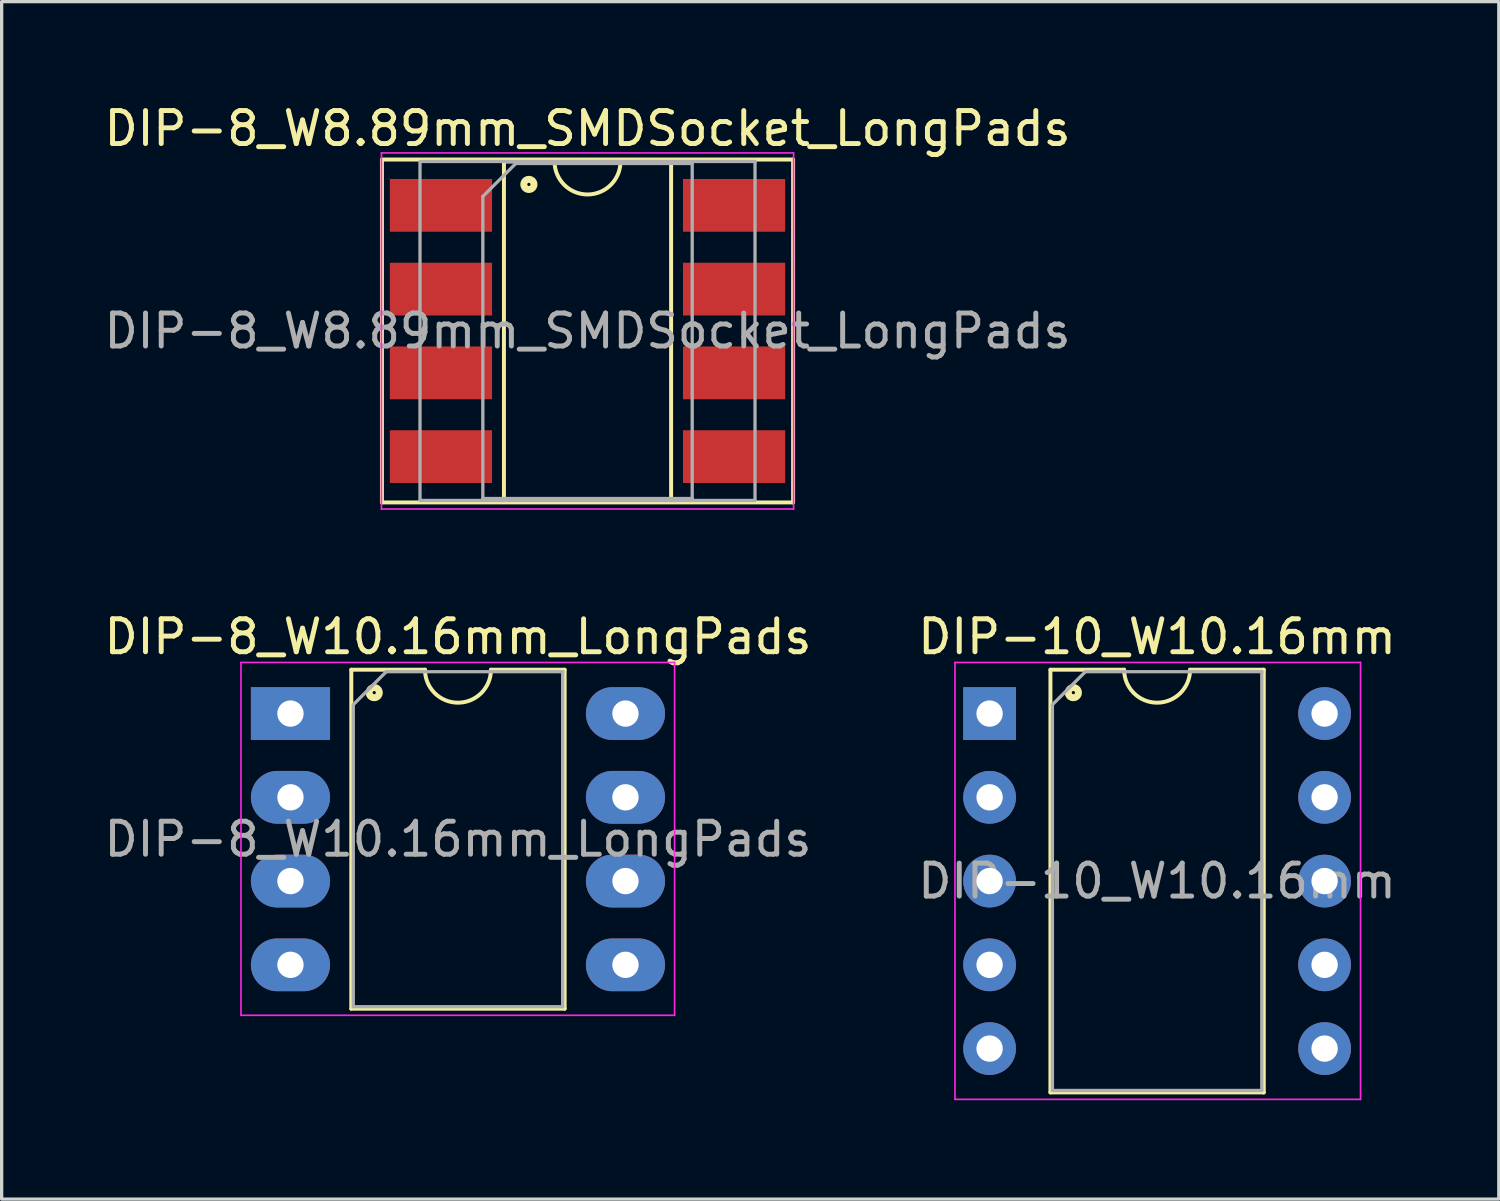
<source format=kicad_pcb>
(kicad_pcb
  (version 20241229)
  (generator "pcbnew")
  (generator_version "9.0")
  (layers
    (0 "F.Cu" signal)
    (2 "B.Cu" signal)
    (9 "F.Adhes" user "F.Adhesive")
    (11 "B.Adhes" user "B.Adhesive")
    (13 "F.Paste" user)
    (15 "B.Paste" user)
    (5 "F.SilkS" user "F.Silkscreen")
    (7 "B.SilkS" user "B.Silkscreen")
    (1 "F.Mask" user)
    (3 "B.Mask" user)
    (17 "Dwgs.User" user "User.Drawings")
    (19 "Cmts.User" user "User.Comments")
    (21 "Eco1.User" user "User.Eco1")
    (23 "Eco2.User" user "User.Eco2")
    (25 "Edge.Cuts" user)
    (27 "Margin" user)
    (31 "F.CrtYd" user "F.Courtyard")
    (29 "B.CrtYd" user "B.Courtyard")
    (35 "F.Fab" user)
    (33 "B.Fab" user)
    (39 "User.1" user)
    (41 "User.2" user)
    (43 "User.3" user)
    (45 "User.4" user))
  (footprint "DIP-8_W10.16mm_LongPads"
    (layer "F.Cu")
    (at 5.759 18.591)
    (property "Reference" "DIP-8_W10.16mm_LongPads" (at 5.08 -2.33 0) (layer "F.SilkS") (effects (font (size 1 1) (thickness 0.15))))
    (attr through_hole)
    (fp_line (start 1.845 -1.33) (end 1.845 8.95) (stroke (width 0.12) (type solid)) (layer "F.SilkS"))
    (fp_line (start 1.845 8.95) (end 8.315 8.95) (stroke (width 0.12) (type solid)) (layer "F.SilkS"))
    (fp_line (start 4.08 -1.33) (end 1.845 -1.33) (stroke (width 0.12) (type solid)) (layer "F.SilkS"))
    (fp_line (start 8.315 -1.33) (end 6.08 -1.33) (stroke (width 0.12) (type solid)) (layer "F.SilkS"))
    (fp_line (start 8.315 8.95) (end 8.315 -1.33) (stroke (width 0.12) (type solid)) (layer "F.SilkS"))
    (fp_arc (start 6.08 -1.33) (mid 5.08 -0.33) (end 4.08 -1.33) (stroke (width 0.12) (type solid)) (layer "F.SilkS"))
    (fp_circle (center 2.54 -0.635) (end 2.59 -0.635) (stroke (width 0.12) (type solid)) (fill no) (layer "F.SilkS"))
    (fp_circle (center 2.54 -0.635) (end 2.665 -0.635) (stroke (width 0.12) (type solid)) (fill no) (layer "F.SilkS"))
    (fp_circle (center 2.54 -0.635) (end 2.74 -0.635) (stroke (width 0.12) (type solid)) (fill no) (layer "F.SilkS"))
    (fp_line (start -1.5 -1.55) (end -1.5 9.15) (stroke (width 0.05) (type solid)) (layer "F.CrtYd"))
    (fp_line (start -1.5 9.15) (end 11.65 9.15) (stroke (width 0.05) (type solid)) (layer "F.CrtYd"))
    (fp_line (start 11.65 -1.55) (end -1.5 -1.55) (stroke (width 0.05) (type solid)) (layer "F.CrtYd"))
    (fp_line (start 11.65 9.15) (end 11.65 -1.55) (stroke (width 0.05) (type solid)) (layer "F.CrtYd"))
    (fp_line (start 1.905 -0.27) (end 2.905 -1.27) (stroke (width 0.1) (type solid)) (layer "F.Fab"))
    (fp_line (start 1.905 8.89) (end 1.905 -0.27) (stroke (width 0.1) (type solid)) (layer "F.Fab"))
    (fp_line (start 2.905 -1.27) (end 8.255 -1.27) (stroke (width 0.1) (type solid)) (layer "F.Fab"))
    (fp_line (start 8.255 -1.27) (end 8.255 8.89) (stroke (width 0.1) (type solid)) (layer "F.Fab"))
    (fp_line (start 8.255 8.89) (end 1.905 8.89) (stroke (width 0.1) (type solid)) (layer "F.Fab"))
    (fp_text user "${REFERENCE}" (at 5.08 3.81 0) (layer "F.Fab") (effects (font (size 1 1) (thickness 0.15))))
    (pad "1" thru_hole rect (at 0 0) (size 2.4 1.6) (drill 0.8) (layers "*.Cu" "*.Mask"))
    (pad "2" thru_hole oval (at 0 2.54) (size 2.4 1.6) (drill 0.8) (layers "*.Cu" "*.Mask"))
    (pad "3" thru_hole oval (at 0 5.08) (size 2.4 1.6) (drill 0.8) (layers "*.Cu" "*.Mask"))
    (pad "4" thru_hole oval (at 0 7.62) (size 2.4 1.6) (drill 0.8) (layers "*.Cu" "*.Mask"))
    (pad "5" thru_hole oval (at 10.16 7.62) (size 2.4 1.6) (drill 0.8) (layers "*.Cu" "*.Mask"))
    (pad "6" thru_hole oval (at 10.16 5.08) (size 2.4 1.6) (drill 0.8) (layers "*.Cu" "*.Mask"))
    (pad "7" thru_hole oval (at 10.16 2.54) (size 2.4 1.6) (drill 0.8) (layers "*.Cu" "*.Mask"))
    (pad "8" thru_hole oval (at 10.16 0) (size 2.4 1.6) (drill 0.8) (layers "*.Cu" "*.Mask")))
  (footprint "DIP-8_W8.89mm_SMDSocket_LongPads"
    (layer "F.Cu")
    (at 14.768 6.988)
    (property "Reference" "DIP-8_W8.89mm_SMDSocket_LongPads" (at 0 -6.14 0) (layer "F.SilkS") (effects (font (size 1 1) (thickness 0.15))))
    (attr smd)
    (fp_line (start -6.235 -5.2) (end -6.235 5.2) (stroke (width 0.12) (type solid)) (layer "F.SilkS"))
    (fp_line (start -6.235 5.2) (end 6.235 5.2) (stroke (width 0.12) (type solid)) (layer "F.SilkS"))
    (fp_line (start -2.535 -5.14) (end -2.535 5.14) (stroke (width 0.12) (type solid)) (layer "F.SilkS"))
    (fp_line (start -2.535 5.14) (end 2.535 5.14) (stroke (width 0.12) (type solid)) (layer "F.SilkS"))
    (fp_line (start -1 -5.14) (end -2.535 -5.14) (stroke (width 0.12) (type solid)) (layer "F.SilkS"))
    (fp_line (start 2.535 -5.14) (end 1 -5.14) (stroke (width 0.12) (type solid)) (layer "F.SilkS"))
    (fp_line (start 2.535 5.14) (end 2.535 -5.14) (stroke (width 0.12) (type solid)) (layer "F.SilkS"))
    (fp_line (start 6.235 -5.2) (end -6.235 -5.2) (stroke (width 0.12) (type solid)) (layer "F.SilkS"))
    (fp_line (start 6.235 5.2) (end 6.235 -5.2) (stroke (width 0.12) (type solid)) (layer "F.SilkS"))
    (fp_arc (start 1 -5.14) (mid 0 -4.14) (end -1 -5.14) (stroke (width 0.12) (type solid)) (layer "F.SilkS"))
    (fp_circle (center -1.778 -4.445) (end -1.728 -4.445) (stroke (width 0.12) (type solid)) (fill no) (layer "F.SilkS"))
    (fp_circle (center -1.778 -4.445) (end -1.653 -4.445) (stroke (width 0.12) (type solid)) (fill no) (layer "F.SilkS"))
    (fp_circle (center -1.778 -4.445) (end -1.578 -4.445) (stroke (width 0.12) (type solid)) (fill no) (layer "F.SilkS"))
    (fp_line (start -6.25 -5.4) (end -6.25 5.4) (stroke (width 0.05) (type solid)) (layer "F.CrtYd"))
    (fp_line (start -6.25 5.4) (end 6.25 5.4) (stroke (width 0.05) (type solid)) (layer "F.CrtYd"))
    (fp_line (start 6.25 -5.4) (end -6.25 -5.4) (stroke (width 0.05) (type solid)) (layer "F.CrtYd"))
    (fp_line (start 6.25 5.4) (end 6.25 -5.4) (stroke (width 0.05) (type solid)) (layer "F.CrtYd"))
    (fp_line (start -5.08 -5.14) (end -5.08 5.14) (stroke (width 0.1) (type solid)) (layer "F.Fab"))
    (fp_line (start -5.08 5.14) (end 5.08 5.14) (stroke (width 0.1) (type solid)) (layer "F.Fab"))
    (fp_line (start -3.175 -4.08) (end -2.175 -5.08) (stroke (width 0.1) (type solid)) (layer "F.Fab"))
    (fp_line (start -3.175 5.08) (end -3.175 -4.08) (stroke (width 0.1) (type solid)) (layer "F.Fab"))
    (fp_line (start -2.175 -5.08) (end 3.175 -5.08) (stroke (width 0.1) (type solid)) (layer "F.Fab"))
    (fp_line (start 3.175 -5.08) (end 3.175 5.08) (stroke (width 0.1) (type solid)) (layer "F.Fab"))
    (fp_line (start 3.175 5.08) (end -3.175 5.08) (stroke (width 0.1) (type solid)) (layer "F.Fab"))
    (fp_line (start 5.08 -5.14) (end -5.08 -5.14) (stroke (width 0.1) (type solid)) (layer "F.Fab"))
    (fp_line (start 5.08 5.14) (end 5.08 -5.14) (stroke (width 0.1) (type solid)) (layer "F.Fab"))
    (fp_text user "${REFERENCE}" (at 0 0 0) (layer "F.Fab") (effects (font (size 1 1) (thickness 0.15))))
    (pad "1" smd rect (at -4.445 -3.81) (size 3.1 1.6) (layers "F.Cu" "F.Mask" "F.Paste"))
    (pad "2" smd rect (at -4.445 -1.27) (size 3.1 1.6) (layers "F.Cu" "F.Mask" "F.Paste"))
    (pad "3" smd rect (at -4.445 1.27) (size 3.1 1.6) (layers "F.Cu" "F.Mask" "F.Paste"))
    (pad "4" smd rect (at -4.445 3.81) (size 3.1 1.6) (layers "F.Cu" "F.Mask" "F.Paste"))
    (pad "5" smd rect (at 4.445 3.81) (size 3.1 1.6) (layers "F.Cu" "F.Mask" "F.Paste"))
    (pad "6" smd rect (at 4.445 1.27) (size 3.1 1.6) (layers "F.Cu" "F.Mask" "F.Paste"))
    (pad "7" smd rect (at 4.445 -1.27) (size 3.1 1.6) (layers "F.Cu" "F.Mask" "F.Paste"))
    (pad "8" smd rect (at 4.445 -3.81) (size 3.1 1.6) (layers "F.Cu" "F.Mask" "F.Paste")))
  (footprint "DIP-10_W10.16mm"
    (layer "F.Cu")
    (at 26.962 18.591)
    (property "Reference" "DIP-10_W10.16mm" (at 5.08 -2.33 0) (layer "F.SilkS") (effects (font (size 1 1) (thickness 0.15))))
    (attr through_hole)
    (fp_line (start 1.845 -1.33) (end 1.845 11.49) (stroke (width 0.12) (type solid)) (layer "F.SilkS"))
    (fp_line (start 1.845 11.49) (end 8.315 11.49) (stroke (width 0.12) (type solid)) (layer "F.SilkS"))
    (fp_line (start 4.08 -1.33) (end 1.845 -1.33) (stroke (width 0.12) (type solid)) (layer "F.SilkS"))
    (fp_line (start 8.315 -1.33) (end 6.08 -1.33) (stroke (width 0.12) (type solid)) (layer "F.SilkS"))
    (fp_line (start 8.315 11.49) (end 8.315 -1.33) (stroke (width 0.12) (type solid)) (layer "F.SilkS"))
    (fp_arc (start 6.08 -1.33) (mid 5.08 -0.33) (end 4.08 -1.33) (stroke (width 0.12) (type solid)) (layer "F.SilkS"))
    (fp_circle (center 2.54 -0.635) (end 2.59 -0.635) (stroke (width 0.12) (type solid)) (fill no) (layer "F.SilkS"))
    (fp_circle (center 2.54 -0.635) (end 2.665 -0.635) (stroke (width 0.12) (type solid)) (fill no) (layer "F.SilkS"))
    (fp_circle (center 2.54 -0.635) (end 2.74 -0.635) (stroke (width 0.12) (type solid)) (fill no) (layer "F.SilkS"))
    (fp_line (start -1.05 -1.55) (end -1.05 11.7) (stroke (width 0.05) (type solid)) (layer "F.CrtYd"))
    (fp_line (start -1.05 11.7) (end 11.25 11.7) (stroke (width 0.05) (type solid)) (layer "F.CrtYd"))
    (fp_line (start 11.25 -1.55) (end -1.05 -1.55) (stroke (width 0.05) (type solid)) (layer "F.CrtYd"))
    (fp_line (start 11.25 11.7) (end 11.25 -1.55) (stroke (width 0.05) (type solid)) (layer "F.CrtYd"))
    (fp_line (start 1.905 -0.27) (end 2.905 -1.27) (stroke (width 0.1) (type solid)) (layer "F.Fab"))
    (fp_line (start 1.905 11.43) (end 1.905 -0.27) (stroke (width 0.1) (type solid)) (layer "F.Fab"))
    (fp_line (start 2.905 -1.27) (end 8.255 -1.27) (stroke (width 0.1) (type solid)) (layer "F.Fab"))
    (fp_line (start 8.255 -1.27) (end 8.255 11.43) (stroke (width 0.1) (type solid)) (layer "F.Fab"))
    (fp_line (start 8.255 11.43) (end 1.905 11.43) (stroke (width 0.1) (type solid)) (layer "F.Fab"))
    (fp_text user "${REFERENCE}" (at 5.08 5.08 0) (layer "F.Fab") (effects (font (size 1 1) (thickness 0.15))))
    (pad "1" thru_hole rect (at 0 0) (size 1.6 1.6) (drill 0.8) (layers "*.Cu" "*.Mask"))
    (pad "2" thru_hole oval (at 0 2.54) (size 1.6 1.6) (drill 0.8) (layers "*.Cu" "*.Mask"))
    (pad "3" thru_hole oval (at 0 5.08) (size 1.6 1.6) (drill 0.8) (layers "*.Cu" "*.Mask"))
    (pad "4" thru_hole oval (at 0 7.62) (size 1.6 1.6) (drill 0.8) (layers "*.Cu" "*.Mask"))
    (pad "5" thru_hole oval (at 0 10.16) (size 1.6 1.6) (drill 0.8) (layers "*.Cu" "*.Mask"))
    (pad "6" thru_hole oval (at 10.16 10.16) (size 1.6 1.6) (drill 0.8) (layers "*.Cu" "*.Mask"))
    (pad "7" thru_hole oval (at 10.16 7.62) (size 1.6 1.6) (drill 0.8) (layers "*.Cu" "*.Mask"))
    (pad "8" thru_hole oval (at 10.16 5.08) (size 1.6 1.6) (drill 0.8) (layers "*.Cu" "*.Mask"))
    (pad "9" thru_hole oval (at 10.16 2.54) (size 1.6 1.6) (drill 0.8) (layers "*.Cu" "*.Mask"))
    (pad "10" thru_hole oval (at 10.16 0) (size 1.6 1.6) (drill 0.8) (layers "*.Cu" "*.Mask")))
  (gr_rect
    (start -3 -3)
    (end 42.405 33.316)
    (stroke (width 0.1) (type default))
    (fill no)
    (layer "Edge.Cuts")))
</source>
